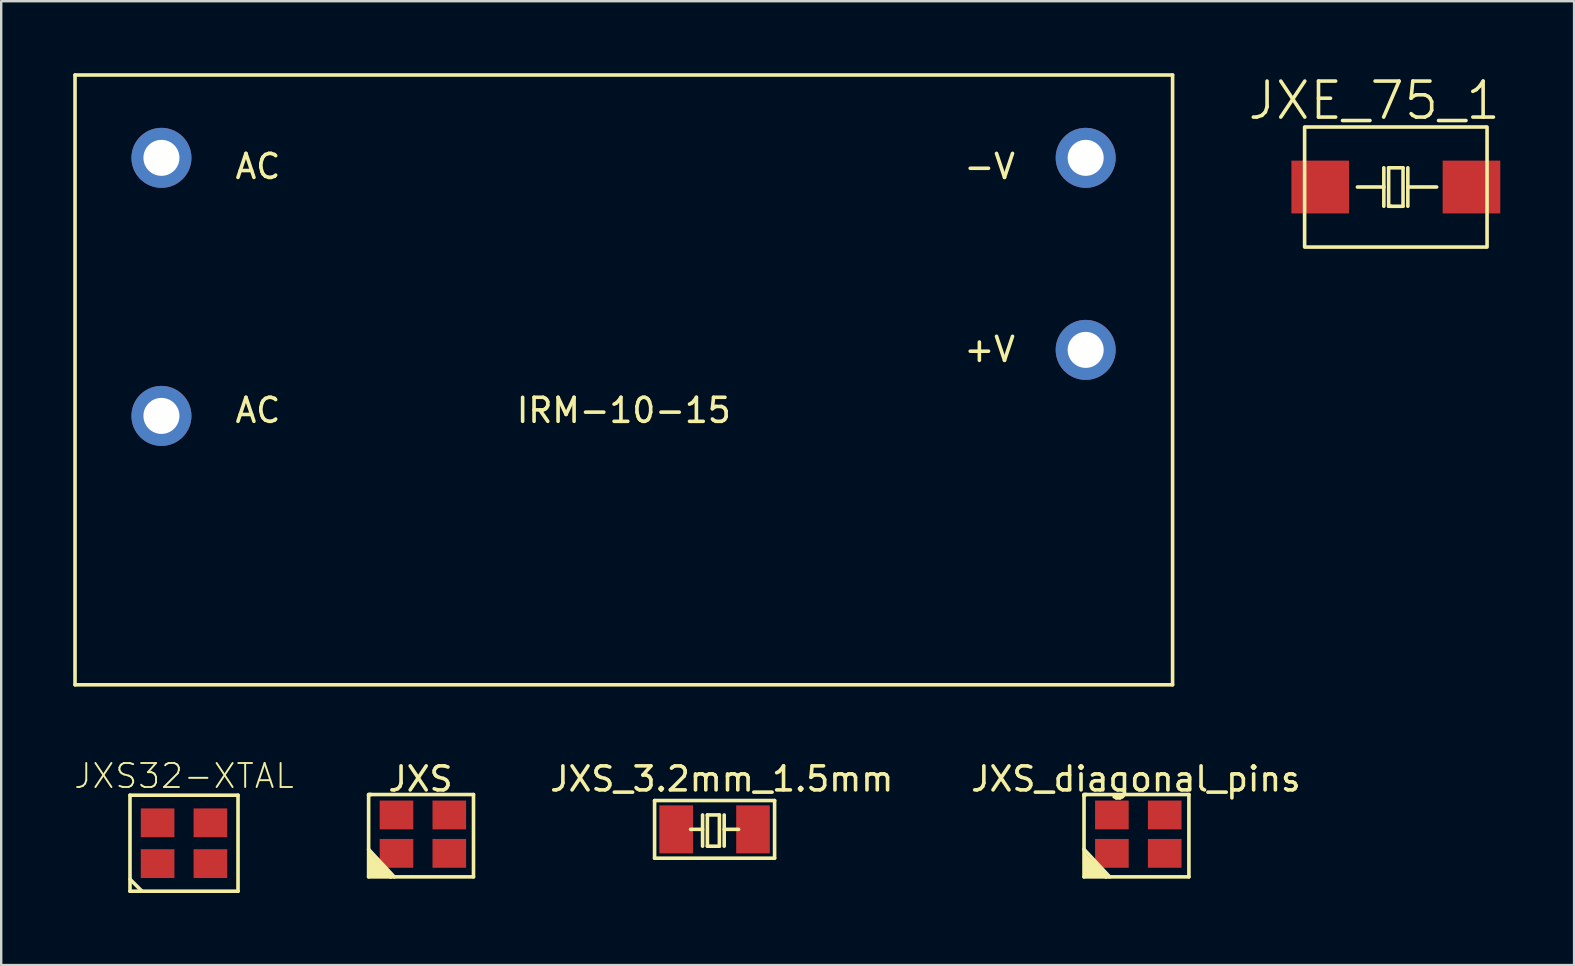
<source format=kicad_pcb>
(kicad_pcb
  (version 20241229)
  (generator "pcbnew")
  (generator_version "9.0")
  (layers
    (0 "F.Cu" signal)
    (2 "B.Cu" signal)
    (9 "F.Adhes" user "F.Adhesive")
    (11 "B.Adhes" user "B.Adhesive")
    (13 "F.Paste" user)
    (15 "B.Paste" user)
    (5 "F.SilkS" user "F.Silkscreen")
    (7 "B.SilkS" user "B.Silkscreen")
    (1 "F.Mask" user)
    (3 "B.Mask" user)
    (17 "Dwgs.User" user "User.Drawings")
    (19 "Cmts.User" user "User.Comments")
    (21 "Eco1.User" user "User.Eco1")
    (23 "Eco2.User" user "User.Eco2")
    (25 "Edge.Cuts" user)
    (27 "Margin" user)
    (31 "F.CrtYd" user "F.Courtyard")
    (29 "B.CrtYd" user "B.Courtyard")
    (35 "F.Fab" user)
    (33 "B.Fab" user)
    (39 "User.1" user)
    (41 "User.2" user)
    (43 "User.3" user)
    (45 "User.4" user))
  (footprint "JXE_75_1"
    (layer "F.Cu")
    (at 55.095 4.741)
    (property "Reference" "JXE_75_1" (at -0.9 -3.6 0) (layer "F.SilkS") (effects (font (size 1.5 1.5) (thickness 0.15))))
    (attr through_hole)
    (fp_line (start -3.8 2.5) (end -3.8 -2.5) (stroke (width 0.15) (type solid)) (layer "F.SilkS"))
    (fp_line (start -3.75 -2.5) (end 3.75 -2.5) (stroke (width 0.15) (type solid)) (layer "F.SilkS"))
    (fp_line (start -3.75 2.5) (end 3.75 2.5) (stroke (width 0.15) (type solid)) (layer "F.SilkS"))
    (fp_line (start -0.5 -0.8) (end -0.5 0.8) (stroke (width 0.15) (type solid)) (layer "F.SilkS"))
    (fp_line (start -0.5 0) (end -1.6 0) (stroke (width 0.15) (type solid)) (layer "F.SilkS"))
    (fp_line (start -0.3 -0.8) (end 0.3 -0.8) (stroke (width 0.15) (type solid)) (layer "F.SilkS"))
    (fp_line (start -0.3 0.8) (end -0.3 -0.8) (stroke (width 0.15) (type solid)) (layer "F.SilkS"))
    (fp_line (start -0.2 0.8) (end -0.3 0.8) (stroke (width 0.15) (type solid)) (layer "F.SilkS"))
    (fp_line (start 0.3 -0.8) (end 0.3 0.8) (stroke (width 0.15) (type solid)) (layer "F.SilkS"))
    (fp_line (start 0.3 0.8) (end -0.2 0.8) (stroke (width 0.15) (type solid)) (layer "F.SilkS"))
    (fp_line (start 0.5 -0.8) (end 0.5 0.8) (stroke (width 0.15) (type solid)) (layer "F.SilkS"))
    (fp_line (start 0.5 0) (end 1.7 0) (stroke (width 0.15) (type solid)) (layer "F.SilkS"))
    (fp_line (start 3.8 -2.5) (end 3.8 2.5) (stroke (width 0.15) (type solid)) (layer "F.SilkS"))
    (pad "1" smd rect (at -3.15 0) (size 2.4 2.2) (layers "F.Cu" "F.Mask" "F.Paste"))
    (pad "2" smd rect (at 3.15 0) (size 2.4 2.2) (layers "F.Cu" "F.Mask" "F.Paste")))
  (footprint "JXS_diagonal_pins"
    (layer "F.Cu")
    (at 44.367 31.698)
    (property "Reference" "JXS_diagonal_pins" (at -0.1 -2.3 0) (layer "F.SilkS") (effects (font (size 1 1) (thickness 0.15))))
    (attr through_hole)
    (fp_line (start -2.261 -1.651) (end -2.21 -1.651) (stroke (width 0.15) (type solid)) (layer "F.SilkS"))
    (fp_line (start -2.261 -1.6) (end -2.261 -1.651) (stroke (width 0.15) (type solid)) (layer "F.SilkS"))
    (fp_line (start -2.261 0.635) (end -1.194 1.778) (stroke (width 0.15) (type solid)) (layer "F.SilkS"))
    (fp_line (start -2.261 1.778) (end -2.261 -1.6) (stroke (width 0.15) (type solid)) (layer "F.SilkS"))
    (fp_line (start -2.235 0.864) (end -1.346 1.778) (stroke (width 0.15) (type solid)) (layer "F.SilkS"))
    (fp_line (start -2.235 1.194) (end -1.778 1.753) (stroke (width 0.15) (type solid)) (layer "F.SilkS"))
    (fp_line (start -2.21 -1.651) (end -2.159 -1.651) (stroke (width 0.15) (type solid)) (layer "F.SilkS"))
    (fp_line (start -2.21 1.397) (end -1.956 1.753) (stroke (width 0.15) (type solid)) (layer "F.SilkS"))
    (fp_line (start -2.184 -1.651) (end 2.108 -1.651) (stroke (width 0.15) (type solid)) (layer "F.SilkS"))
    (fp_line (start -2.184 1.067) (end -1.575 1.753) (stroke (width 0.15) (type solid)) (layer "F.SilkS"))
    (fp_line (start -2.184 1.6) (end -2.159 1.702) (stroke (width 0.15) (type solid)) (layer "F.SilkS"))
    (fp_line (start -1.956 1.753) (end -2.184 1.6) (stroke (width 0.15) (type solid)) (layer "F.SilkS"))
    (fp_line (start -1.778 1.753) (end -2.21 1.397) (stroke (width 0.15) (type solid)) (layer "F.SilkS"))
    (fp_line (start -1.575 1.753) (end -2.235 1.194) (stroke (width 0.15) (type solid)) (layer "F.SilkS"))
    (fp_line (start -1.346 1.778) (end -2.184 1.067) (stroke (width 0.15) (type solid)) (layer "F.SilkS"))
    (fp_line (start 2.108 -1.651) (end 2.108 1.778) (stroke (width 0.15) (type solid)) (layer "F.SilkS"))
    (fp_line (start 2.108 1.778) (end -2.261 1.778) (stroke (width 0.15) (type solid)) (layer "F.SilkS"))
    (pad "1" smd rect (at -1.1 0.8) (size 1.4 1.2) (layers "F.Cu" "F.Mask" "F.Paste"))
    (pad "2" smd rect (at 1.1 -0.8) (size 1.4 1.2) (layers "F.Cu" "F.Mask" "F.Paste"))
    (pad "3" smd rect (at 1.1 0.8) (size 1.4 1.2) (layers "F.Cu" "F.Mask" "F.Paste"))
    (pad "4" smd rect (at -1.1 -0.8) (size 1.4 1.2) (layers "F.Cu" "F.Mask" "F.Paste")))
  (footprint "IRM-10-15"
    (layer "F.Cu")
    (at 3.675 3.525)
    (property "Reference" "IRM-10-15" (at 19.26 10.52 0) (layer "F.SilkS") (effects (font (size 1 1) (thickness 0.15))))
    (attr through_hole)
    (fp_line (start -3.6 -3.45) (end -3.6 21.95) (stroke (width 0.15) (type solid)) (layer "F.SilkS"))
    (fp_line (start -3.6 21.95) (end 42.12 21.95) (stroke (width 0.15) (type solid)) (layer "F.SilkS"))
    (fp_line (start 42.12 -3.45) (end -3.6 -3.45) (stroke (width 0.15) (type solid)) (layer "F.SilkS"))
    (fp_line (start 42.12 21.95) (end 42.12 -3.45) (stroke (width 0.15) (type solid)) (layer "F.SilkS"))
    (fp_text user "-V" (at 34.5 0.36 0) (layer "F.SilkS") (effects (font (size 1 1) (thickness 0.15))))
    (fp_text user "AC" (at 4.02 10.52 0) (layer "F.SilkS") (effects (font (size 1 1) (thickness 0.15))))
    (fp_text user "+V" (at 34.5 7.98 0) (layer "F.SilkS") (effects (font (size 1 1) (thickness 0.15))))
    (fp_text user "AC" (at 4.02 0.36 0) (layer "F.SilkS") (effects (font (size 1 1) (thickness 0.15))))
    (pad "1" thru_hole circle (at 0 0) (size 2.5 2.5) (drill 1.5) (layers "*.Cu" "*.Mask"))
    (pad "2" thru_hole circle (at 0 10.75) (size 2.5 2.5) (drill 1.5) (layers "*.Cu" "*.Mask"))
    (pad "3" thru_hole circle (at 38.5 8) (size 2.5 2.5) (drill 1.5) (layers "*.Cu" "*.Mask"))
    (pad "4" thru_hole circle (at 38.5 0) (size 2.5 2.5) (drill 1.5) (layers "*.Cu" "*.Mask")))
  (footprint "JXS_3.2mm_1.5mm"
    (layer "F.Cu")
    (at 26.717 31.498)
    (property "Reference" "JXS_3.2mm_1.5mm" (at 0.3 -2.1 0) (layer "F.SilkS") (effects (font (size 1 1) (thickness 0.15))))
    (attr smd)
    (fp_line (start -2.5 -1.2) (end -2.5 1.2) (stroke (width 0.15) (type solid)) (layer "F.SilkS"))
    (fp_line (start -2.5 1.2) (end 2.5 1.2) (stroke (width 0.15) (type solid)) (layer "F.SilkS"))
    (fp_line (start -0.5 -0.6) (end -0.5 0.7) (stroke (width 0.15) (type solid)) (layer "F.SilkS"))
    (fp_line (start -0.5 0) (end -1 0) (stroke (width 0.15) (type solid)) (layer "F.SilkS"))
    (fp_line (start -0.3 -0.6) (end 0.2 -0.6) (stroke (width 0.15) (type solid)) (layer "F.SilkS"))
    (fp_line (start -0.3 0.7) (end -0.3 -0.6) (stroke (width 0.15) (type solid)) (layer "F.SilkS"))
    (fp_line (start 0.2 -0.6) (end 0.2 0.7) (stroke (width 0.15) (type solid)) (layer "F.SilkS"))
    (fp_line (start 0.2 0.7) (end -0.3 0.7) (stroke (width 0.15) (type solid)) (layer "F.SilkS"))
    (fp_line (start 0.4 -0.6) (end 0.4 0.7) (stroke (width 0.15) (type solid)) (layer "F.SilkS"))
    (fp_line (start 0.4 0) (end 1 0) (stroke (width 0.15) (type solid)) (layer "F.SilkS"))
    (fp_line (start 2.5 -1.2) (end -2.5 -1.2) (stroke (width 0.15) (type solid)) (layer "F.SilkS"))
    (fp_line (start 2.5 1.2) (end 2.5 -1.2) (stroke (width 0.15) (type solid)) (layer "F.SilkS"))
    (pad "1" smd rect (at -1.6 0) (size 1.4 2) (layers "F.Cu" "F.Mask" "F.Paste"))
    (pad "2" smd rect (at 1.6 0) (size 1.4 2) (layers "F.Cu" "F.Mask" "F.Paste")))
  (footprint "JXS"
    (layer "F.Cu")
    (at 14.566 31.698)
    (property "Reference" "JXS" (at -0.1 -2.3 0) (layer "F.SilkS") (effects (font (size 1 1) (thickness 0.15))))
    (attr through_hole)
    (fp_line (start -2.261 -1.651) (end -2.21 -1.651) (stroke (width 0.15) (type solid)) (layer "F.SilkS"))
    (fp_line (start -2.261 -1.6) (end -2.261 -1.651) (stroke (width 0.15) (type solid)) (layer "F.SilkS"))
    (fp_line (start -2.261 0.635) (end -1.194 1.778) (stroke (width 0.15) (type solid)) (layer "F.SilkS"))
    (fp_line (start -2.261 1.778) (end -2.261 -1.6) (stroke (width 0.15) (type solid)) (layer "F.SilkS"))
    (fp_line (start -2.235 0.864) (end -1.346 1.778) (stroke (width 0.15) (type solid)) (layer "F.SilkS"))
    (fp_line (start -2.235 1.194) (end -1.778 1.753) (stroke (width 0.15) (type solid)) (layer "F.SilkS"))
    (fp_line (start -2.21 -1.651) (end -2.159 -1.651) (stroke (width 0.15) (type solid)) (layer "F.SilkS"))
    (fp_line (start -2.21 1.397) (end -1.956 1.753) (stroke (width 0.15) (type solid)) (layer "F.SilkS"))
    (fp_line (start -2.184 -1.651) (end 2.108 -1.651) (stroke (width 0.15) (type solid)) (layer "F.SilkS"))
    (fp_line (start -2.184 1.067) (end -1.575 1.753) (stroke (width 0.15) (type solid)) (layer "F.SilkS"))
    (fp_line (start -2.184 1.6) (end -2.159 1.702) (stroke (width 0.15) (type solid)) (layer "F.SilkS"))
    (fp_line (start -1.956 1.753) (end -2.184 1.6) (stroke (width 0.15) (type solid)) (layer "F.SilkS"))
    (fp_line (start -1.778 1.753) (end -2.21 1.397) (stroke (width 0.15) (type solid)) (layer "F.SilkS"))
    (fp_line (start -1.575 1.753) (end -2.235 1.194) (stroke (width 0.15) (type solid)) (layer "F.SilkS"))
    (fp_line (start -1.346 1.778) (end -2.184 1.067) (stroke (width 0.15) (type solid)) (layer "F.SilkS"))
    (fp_line (start 2.108 -1.651) (end 2.108 1.778) (stroke (width 0.15) (type solid)) (layer "F.SilkS"))
    (fp_line (start 2.108 1.778) (end -2.261 1.778) (stroke (width 0.15) (type solid)) (layer "F.SilkS"))
    (pad "1" smd rect (at -1.1 0.8) (size 1.4 1.2) (layers "F.Cu" "F.Mask" "F.Paste"))
    (pad "2" smd rect (at 1.1 0.8) (size 1.4 1.2) (layers "F.Cu" "F.Mask" "F.Paste"))
    (pad "3" smd rect (at 1.1 -0.8) (size 1.4 1.2) (layers "F.Cu" "F.Mask" "F.Paste"))
    (pad "4" smd rect (at -1.1 -0.8) (size 1.4 1.2) (layers "F.Cu" "F.Mask" "F.Paste")))
  (footprint "JXS32-XTAL"
    (placed yes)
    (layer "F.Cu")
    (at 4.615 32.075)
    (property "Reference" "JXS32-XTAL" (at 0 -2.8 0) (layer "F.SilkS") (effects (font (size 1 1) (thickness 0.08))))
    (attr through_hole)
    (fp_line (start -2.25 -2) (end 2.25 -2) (stroke (width 0.15) (type solid)) (layer "F.SilkS"))
    (fp_line (start -2.25 1.5) (end -1.75 2) (stroke (width 0.15) (type solid)) (layer "F.SilkS"))
    (fp_line (start -2.25 2) (end -2.25 -2) (stroke (width 0.15) (type solid)) (layer "F.SilkS"))
    (fp_line (start 2.25 -2) (end 2.25 2) (stroke (width 0.15) (type solid)) (layer "F.SilkS"))
    (fp_line (start 2.25 2) (end -2.25 2) (stroke (width 0.15) (type solid)) (layer "F.SilkS"))
    (pad "1" smd rect (at -1.1 0.85) (size 1.4 1.2) (layers "F.Cu" "F.Mask" "F.Paste"))
    (pad "2" smd rect (at 1.1 -0.85) (size 1.4 1.2) (layers "F.Cu" "F.Mask" "F.Paste"))
    (pad "3" smd rect (at 1.1 0.85) (size 1.4 1.2) (layers "F.Cu" "F.Mask" "F.Paste"))
    (pad "4" smd rect (at -1.1 -0.85) (size 1.4 1.2) (layers "F.Cu" "F.Mask" "F.Paste")))
  (gr_rect
    (start -3 -3)
    (end 62.52 37.15)
    (stroke (width 0.1) (type default))
    (fill no)
    (layer "Edge.Cuts")))
</source>
